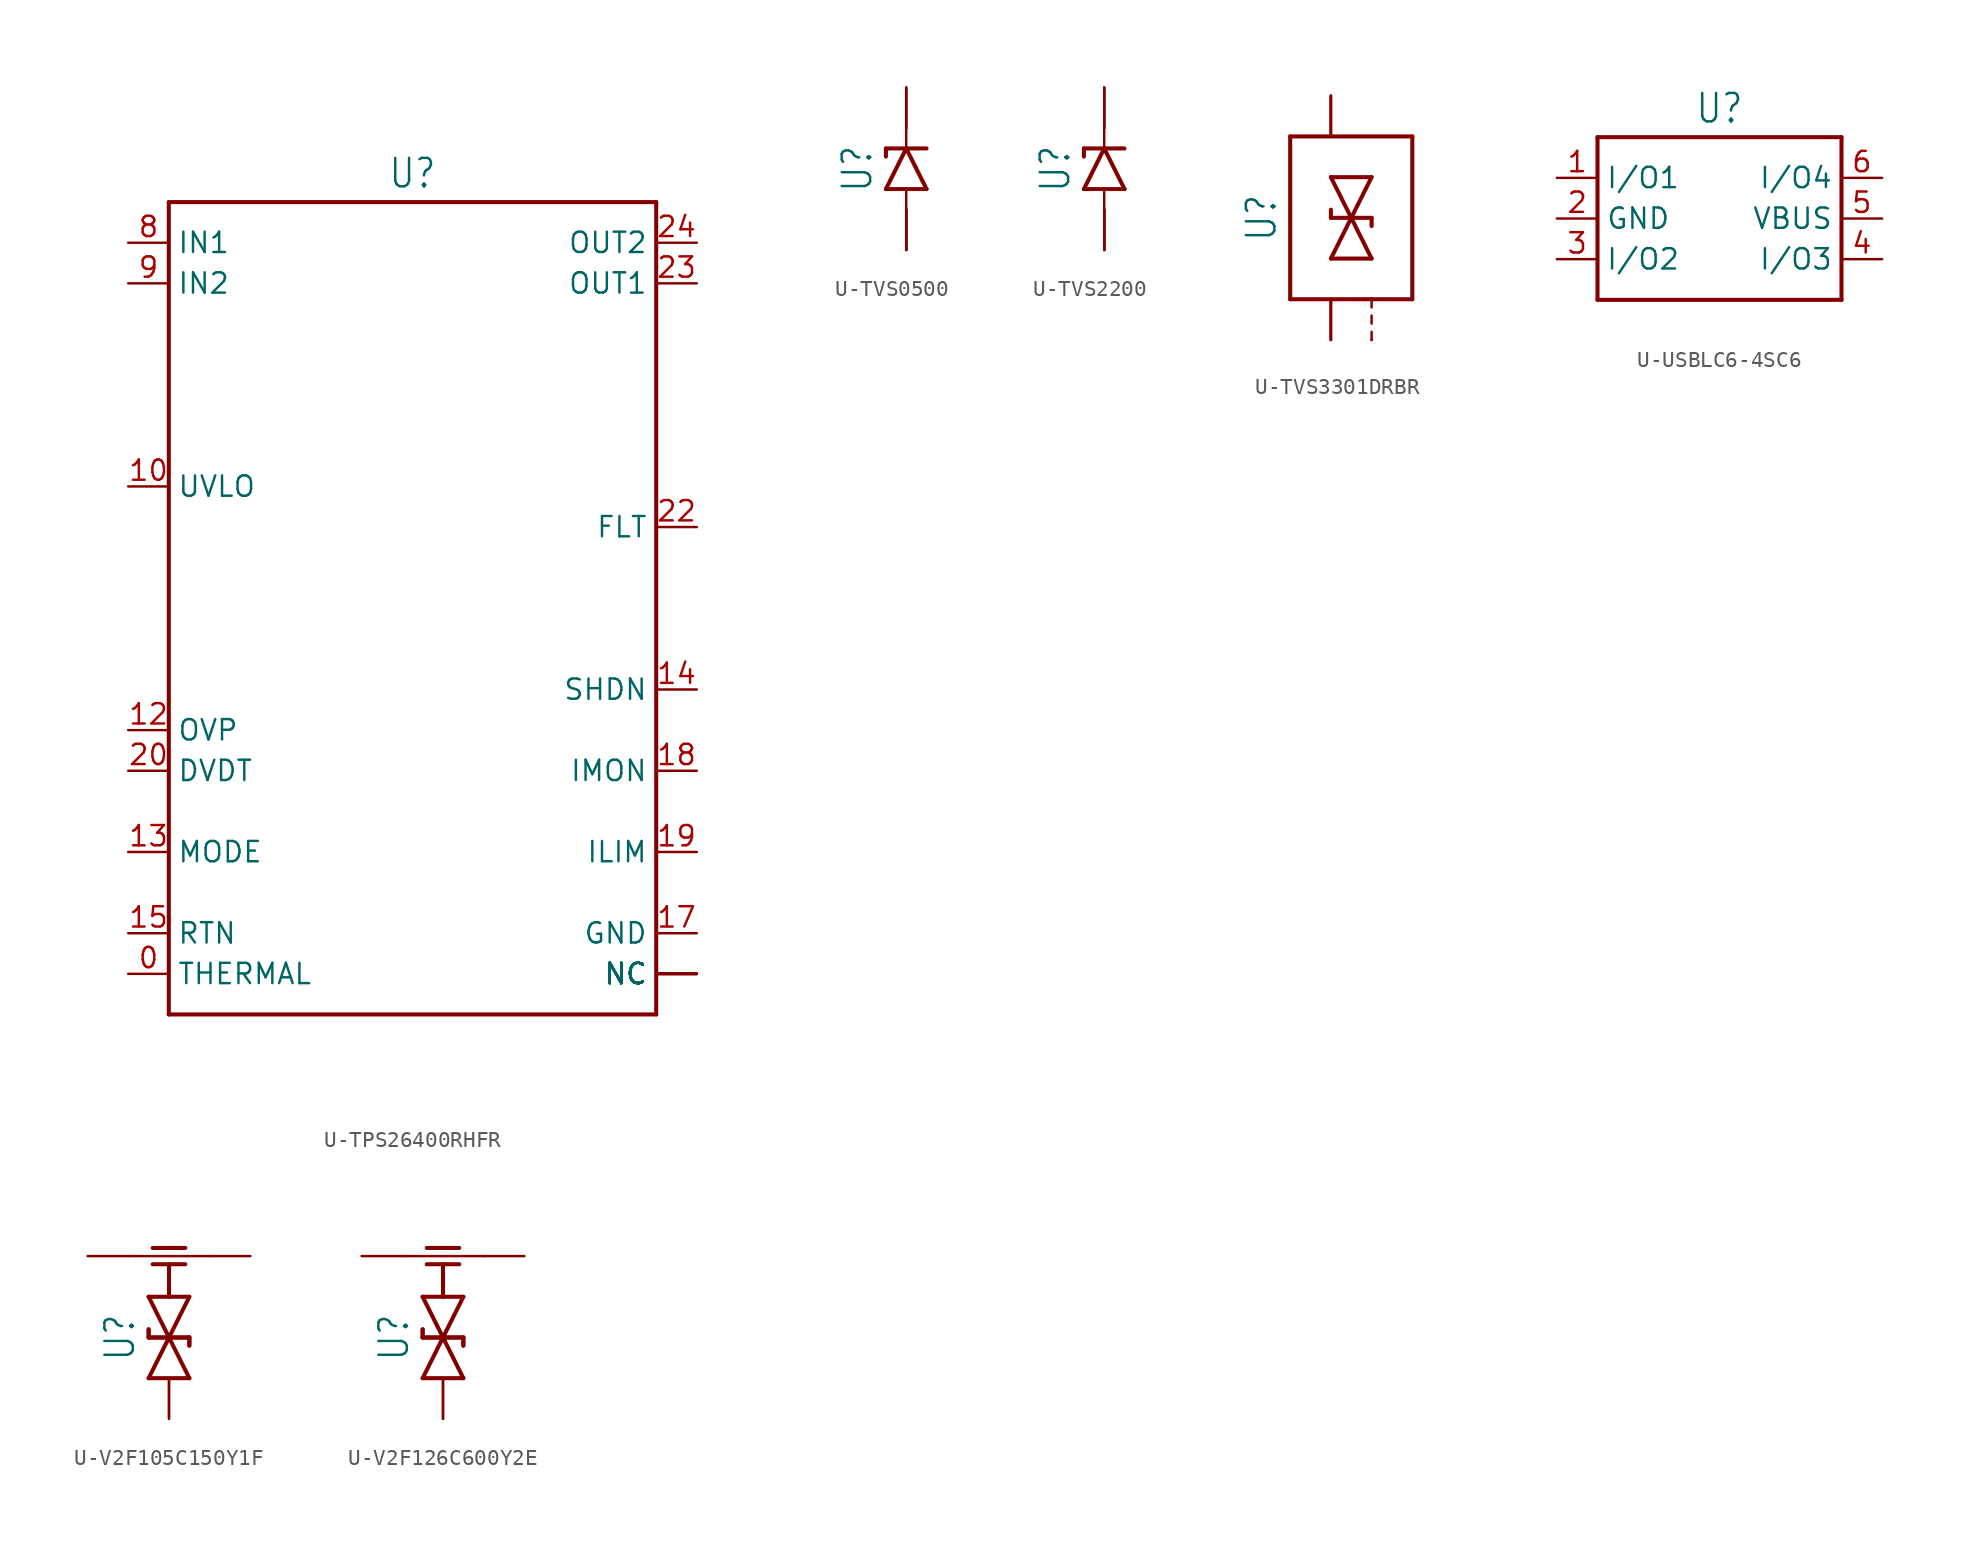
<source format=kicad_sym>
(kicad_symbol_lib
  (version 20231120)
  (generator "kicad_symbol_editor")
  (generator_version "8.0")
  (symbol "U-TPS26400RHFR"
    (property "Reference" "U"
      (at 0 26.162 0)
      (effects (font (size 1.778 1.511)) (justify bottom)))
    (property "Value" ""
      (at 0 -26.162 0)
      (effects (font (size 1.778 1.511)) (justify top)))
    (property "ki_locked" ""
      (at 0 0 0)
      (effects (font (size 1.27 1.27))))
    (symbol "U-TPS26400RHFR_1_0"
      (polyline (pts (xy -15.24 -25.4) (xy -15.24 25.4)) (stroke (width 0.254) (type solid)) (fill (type none)))
      (polyline (pts (xy -15.24 25.4) (xy 15.24 25.4)) (stroke (width 0.254) (type solid)) (fill (type none)))
      (polyline (pts (xy 15.24 -25.4) (xy -15.24 -25.4)) (stroke (width 0.254) (type solid)) (fill (type none)))
      (polyline (pts (xy 15.24 25.4) (xy 15.24 -25.4)) (stroke (width 0.254) (type solid)) (fill (type none)))
      (pin passive line (at -17.78 -22.86 0) (length 2.54) (name "THERMAL" (effects (font (size 1.27 1.27)))) (number "0" (effects (font (size 1.27 1.27)))))
      (pin passive line (at 17.78 -22.86 180) (length 2.54) (name "NC" (effects (font (size 1.27 1.27)))) (number "1" (effects (font (size 0 0)))))
      (pin passive line (at -17.78 7.62 0) (length 2.54) (name "UVLO" (effects (font (size 1.27 1.27)))) (number "10" (effects (font (size 1.27 1.27)))))
      (pin passive line (at 17.78 -22.86 180) (length 2.54) (name "NC" (effects (font (size 1.27 1.27)))) (number "11" (effects (font (size 0 0)))))
      (pin passive line (at -17.78 -7.62 0) (length 2.54) (name "OVP" (effects (font (size 1.27 1.27)))) (number "12" (effects (font (size 1.27 1.27)))))
      (pin passive line (at -17.78 -15.24 0) (length 2.54) (name "MODE" (effects (font (size 1.27 1.27)))) (number "13" (effects (font (size 1.27 1.27)))))
      (pin passive line (at 17.78 -5.08 180) (length 2.54) (name "SHDN" (effects (font (size 1.27 1.27)))) (number "14" (effects (font (size 1.27 1.27)))))
      (pin passive line (at -17.78 -20.32 0) (length 2.54) (name "RTN" (effects (font (size 1.27 1.27)))) (number "15" (effects (font (size 1.27 1.27)))))
      (pin passive line (at 17.78 -22.86 180) (length 2.54) (name "NC" (effects (font (size 1.27 1.27)))) (number "16" (effects (font (size 0 0)))))
      (pin passive line (at 17.78 -20.32 180) (length 2.54) (name "GND" (effects (font (size 1.27 1.27)))) (number "17" (effects (font (size 1.27 1.27)))))
      (pin passive line (at 17.78 -10.16 180) (length 2.54) (name "IMON" (effects (font (size 1.27 1.27)))) (number "18" (effects (font (size 1.27 1.27)))))
      (pin passive line (at 17.78 -15.24 180) (length 2.54) (name "ILIM" (effects (font (size 1.27 1.27)))) (number "19" (effects (font (size 1.27 1.27)))))
      (pin passive line (at 17.78 -22.86 180) (length 2.54) (name "NC" (effects (font (size 1.27 1.27)))) (number "2" (effects (font (size 0 0)))))
      (pin passive line (at -17.78 -10.16 0) (length 2.54) (name "DVDT" (effects (font (size 1.27 1.27)))) (number "20" (effects (font (size 1.27 1.27)))))
      (pin passive line (at 17.78 -22.86 180) (length 2.54) (name "NC" (effects (font (size 1.27 1.27)))) (number "21" (effects (font (size 0 0)))))
      (pin passive line (at 17.78 5.08 180) (length 2.54) (name "FLT" (effects (font (size 1.27 1.27)))) (number "22" (effects (font (size 1.27 1.27)))))
      (pin passive line (at 17.78 20.32 180) (length 2.54) (name "OUT1" (effects (font (size 1.27 1.27)))) (number "23" (effects (font (size 1.27 1.27)))))
      (pin passive line (at 17.78 22.86 180) (length 2.54) (name "OUT2" (effects (font (size 1.27 1.27)))) (number "24" (effects (font (size 1.27 1.27)))))
      (pin passive line (at 17.78 -22.86 180) (length 2.54) (name "NC" (effects (font (size 1.27 1.27)))) (number "3" (effects (font (size 0 0)))))
      (pin passive line (at 17.78 -22.86 180) (length 2.54) (name "NC" (effects (font (size 1.27 1.27)))) (number "4" (effects (font (size 0 0)))))
      (pin passive line (at 17.78 -22.86 180) (length 2.54) (name "NC" (effects (font (size 1.27 1.27)))) (number "5" (effects (font (size 0 0)))))
      (pin passive line (at 17.78 -22.86 180) (length 2.54) (name "NC" (effects (font (size 1.27 1.27)))) (number "6" (effects (font (size 0 0)))))
      (pin passive line (at 17.78 -22.86 180) (length 2.54) (name "NC" (effects (font (size 1.27 1.27)))) (number "7" (effects (font (size 0 0)))))
      (pin passive line (at -17.78 22.86 0) (length 2.54) (name "IN1" (effects (font (size 1.27 1.27)))) (number "8" (effects (font (size 1.27 1.27)))))
      (pin passive line (at -17.78 20.32 0) (length 2.54) (name "IN2" (effects (font (size 1.27 1.27)))) (number "9" (effects (font (size 1.27 1.27)))))))
  (symbol "U-TVS0500"
    (property "Reference" "U"
      (at -2.032 0 90)
      (effects (font (size 1.778 1.511)) (justify bottom)))
    (property "Value" ""
      (at 2.032 0 90)
      (effects (font (size 1.778 1.511)) (justify top)))
    (property "ki_locked" ""
      (at 0 0 0)
      (effects (font (size 1.27 1.27))))
    (symbol "U-TVS0500_1_0"
      (polyline (pts (xy -1.27 -1.27) (xy 0 -1.27)) (stroke (width 0.254) (type solid)) (fill (type none)))
      (polyline (pts (xy -1.27 1.27) (xy -1.27 0.762)) (stroke (width 0.254) (type solid)) (fill (type none)))
      (polyline (pts (xy -1.27 1.27) (xy 0 1.27)) (stroke (width 0.254) (type solid)) (fill (type none)))
      (polyline (pts (xy 0 -2.54) (xy 0 -1.27)) (stroke (width 0.152) (type solid)) (fill (type none)))
      (polyline (pts (xy 0 -1.27) (xy 1.27 -1.27)) (stroke (width 0.254) (type solid)) (fill (type none)))
      (polyline (pts (xy 0 1.27) (xy -1.27 -1.27)) (stroke (width 0.254) (type solid)) (fill (type none)))
      (polyline (pts (xy 0 1.27) (xy 1.27 1.27)) (stroke (width 0.254) (type solid)) (fill (type none)))
      (polyline (pts (xy 0 2.54) (xy 0 1.27)) (stroke (width 0.152) (type solid)) (fill (type none)))
      (polyline (pts (xy 1.27 -1.27) (xy 0 1.27)) (stroke (width 0.254) (type solid)) (fill (type none)))
      (pin passive line (at 0 -5.08 90) (length 2.54) (name "GND" (effects (font (size 0 0)))) (number "0" (effects (font (size 0 0)))))
      (pin passive line (at 0 -5.08 90) (length 2.54) (name "GND" (effects (font (size 0 0)))) (number "1" (effects (font (size 0 0)))))
      (pin passive line (at 0 -5.08 90) (length 2.54) (name "GND" (effects (font (size 0 0)))) (number "2" (effects (font (size 0 0)))))
      (pin passive line (at 0 -5.08 90) (length 2.54) (name "GND" (effects (font (size 0 0)))) (number "3" (effects (font (size 0 0)))))
      (pin passive line (at 0 5.08 270) (length 2.54) (name "IN" (effects (font (size 0 0)))) (number "4" (effects (font (size 0 0)))))
      (pin passive line (at 0 5.08 270) (length 2.54) (name "IN" (effects (font (size 0 0)))) (number "5" (effects (font (size 0 0)))))
      (pin passive line (at 0 5.08 270) (length 2.54) (name "IN" (effects (font (size 0 0)))) (number "6" (effects (font (size 0 0)))))))
  (symbol "U-TVS2200"
    (property "Reference" "U"
      (at -2.032 0 90)
      (effects (font (size 1.778 1.511)) (justify bottom)))
    (property "Value" ""
      (at 2.032 0 90)
      (effects (font (size 1.778 1.511)) (justify top)))
    (property "ki_locked" ""
      (at 0 0 0)
      (effects (font (size 1.27 1.27))))
    (symbol "U-TVS2200_1_0"
      (polyline (pts (xy -1.27 -1.27) (xy 0 -1.27)) (stroke (width 0.254) (type solid)) (fill (type none)))
      (polyline (pts (xy -1.27 1.27) (xy -1.27 0.762)) (stroke (width 0.254) (type solid)) (fill (type none)))
      (polyline (pts (xy -1.27 1.27) (xy 0 1.27)) (stroke (width 0.254) (type solid)) (fill (type none)))
      (polyline (pts (xy 0 -2.54) (xy 0 -1.27)) (stroke (width 0.152) (type solid)) (fill (type none)))
      (polyline (pts (xy 0 -1.27) (xy 1.27 -1.27)) (stroke (width 0.254) (type solid)) (fill (type none)))
      (polyline (pts (xy 0 1.27) (xy -1.27 -1.27)) (stroke (width 0.254) (type solid)) (fill (type none)))
      (polyline (pts (xy 0 1.27) (xy 1.27 1.27)) (stroke (width 0.254) (type solid)) (fill (type none)))
      (polyline (pts (xy 0 2.54) (xy 0 1.27)) (stroke (width 0.152) (type solid)) (fill (type none)))
      (polyline (pts (xy 1.27 -1.27) (xy 0 1.27)) (stroke (width 0.254) (type solid)) (fill (type none)))
      (pin passive line (at 0 -5.08 90) (length 2.54) (name "GND" (effects (font (size 0 0)))) (number "0" (effects (font (size 0 0)))))
      (pin passive line (at 0 -5.08 90) (length 2.54) (name "GND" (effects (font (size 0 0)))) (number "1" (effects (font (size 0 0)))))
      (pin passive line (at 0 -5.08 90) (length 2.54) (name "GND" (effects (font (size 0 0)))) (number "2" (effects (font (size 0 0)))))
      (pin passive line (at 0 -5.08 90) (length 2.54) (name "GND" (effects (font (size 0 0)))) (number "3" (effects (font (size 0 0)))))
      (pin passive line (at 0 5.08 270) (length 2.54) (name "IN" (effects (font (size 0 0)))) (number "4" (effects (font (size 0 0)))))
      (pin passive line (at 0 5.08 270) (length 2.54) (name "IN" (effects (font (size 0 0)))) (number "5" (effects (font (size 0 0)))))
      (pin passive line (at 0 5.08 270) (length 2.54) (name "IN" (effects (font (size 0 0)))) (number "6" (effects (font (size 0 0)))))))
  (symbol "U-TVS3301DRBR"
    (property "Reference" "U"
      (at -3.302 0 90)
      (effects (font (size 1.778 1.511)) (justify bottom)))
    (property "Value" ""
      (at 5.842 0 90)
      (effects (font (size 1.778 1.511)) (justify top)))
    (property "ki_locked" ""
      (at 0 0 0)
      (effects (font (size 1.27 1.27))))
    (symbol "U-TVS3301DRBR_1_0"
      (polyline (pts (xy -2.54 -5.08) (xy -2.54 5.08)) (stroke (width 0.254) (type solid)) (fill (type none)))
      (polyline (pts (xy -2.54 5.08) (xy 5.08 5.08)) (stroke (width 0.254) (type solid)) (fill (type none)))
      (polyline (pts (xy 0 -2.54) (xy 2.54 -2.54)) (stroke (width 0.254) (type solid)) (fill (type none)))
      (polyline (pts (xy 0 0) (xy 0 0.508)) (stroke (width 0.254) (type solid)) (fill (type none)))
      (polyline (pts (xy 0 2.54) (xy 1.27 0)) (stroke (width 0.254) (type solid)) (fill (type none)))
      (polyline (pts (xy 1.27 0) (xy 0 -2.54)) (stroke (width 0.254) (type solid)) (fill (type none)))
      (polyline (pts (xy 1.27 0) (xy 0 0)) (stroke (width 0.254) (type solid)) (fill (type none)))
      (polyline (pts (xy 1.27 0) (xy 2.54 2.54)) (stroke (width 0.254) (type solid)) (fill (type none)))
      (polyline (pts (xy 2.54 -7.62) (xy 2.54 -7.112)) (stroke (width 0.152) (type solid)) (fill (type none)))
      (polyline (pts (xy 2.54 -6.604) (xy 2.54 -6.096)) (stroke (width 0.152) (type solid)) (fill (type none)))
      (polyline (pts (xy 2.54 -5.588) (xy 2.54 -5.08)) (stroke (width 0.152) (type solid)) (fill (type none)))
      (polyline (pts (xy 2.54 -5.08) (xy -2.54 -5.08)) (stroke (width 0.254) (type solid)) (fill (type none)))
      (polyline (pts (xy 2.54 -2.54) (xy 1.27 0)) (stroke (width 0.254) (type solid)) (fill (type none)))
      (polyline (pts (xy 2.54 0) (xy 1.27 0)) (stroke (width 0.254) (type solid)) (fill (type none)))
      (polyline (pts (xy 2.54 0) (xy 2.54 -0.508)) (stroke (width 0.254) (type solid)) (fill (type none)))
      (polyline (pts (xy 2.54 2.54) (xy 0 2.54)) (stroke (width 0.254) (type solid)) (fill (type none)))
      (polyline (pts (xy 5.08 -5.08) (xy 2.54 -5.08)) (stroke (width 0.254) (type solid)) (fill (type none)))
      (polyline (pts (xy 5.08 5.08) (xy 5.08 -5.08)) (stroke (width 0.254) (type solid)) (fill (type none)))
      (pin passive line (at 2.54 -7.62 90) (length 0) (name "TH" (effects (font (size 0 0)))) (number "0" (effects (font (size 0 0)))))
      (pin passive line (at 0 7.62 270) (length 2.54) (name "IN" (effects (font (size 0 0)))) (number "1" (effects (font (size 0 0)))))
      (pin passive line (at 0 7.62 270) (length 2.54) (name "IN" (effects (font (size 0 0)))) (number "2" (effects (font (size 0 0)))))
      (pin passive line (at 0 7.62 270) (length 2.54) (name "IN" (effects (font (size 0 0)))) (number "3" (effects (font (size 0 0)))))
      (pin passive line (at 0 7.62 270) (length 2.54) (name "IN" (effects (font (size 0 0)))) (number "4" (effects (font (size 0 0)))))
      (pin passive line (at 0 -7.62 90) (length 2.54) (name "GND" (effects (font (size 0 0)))) (number "5" (effects (font (size 0 0)))))
      (pin passive line (at 0 -7.62 90) (length 2.54) (name "GND" (effects (font (size 0 0)))) (number "6" (effects (font (size 0 0)))))
      (pin passive line (at 0 -7.62 90) (length 2.54) (name "GND" (effects (font (size 0 0)))) (number "7" (effects (font (size 0 0)))))
      (pin passive line (at 0 -7.62 90) (length 2.54) (name "GND" (effects (font (size 0 0)))) (number "8" (effects (font (size 0 0)))))))
  (symbol "U-USBLC6-4SC6"
    (property "Reference" "U"
      (at 0 5.842 0)
      (effects (font (size 1.778 1.511)) (justify bottom)))
    (property "Value" ""
      (at 0 -5.842 0)
      (effects (font (size 1.778 1.511)) (justify top)))
    (property "ki_locked" ""
      (at 0 0 0)
      (effects (font (size 1.27 1.27))))
    (symbol "U-USBLC6-4SC6_1_0"
      (polyline (pts (xy -7.62 -5.08) (xy -7.62 5.08)) (stroke (width 0.254) (type solid)) (fill (type none)))
      (polyline (pts (xy -7.62 5.08) (xy 7.62 5.08)) (stroke (width 0.254) (type solid)) (fill (type none)))
      (polyline (pts (xy 7.62 -5.08) (xy -7.62 -5.08)) (stroke (width 0.254) (type solid)) (fill (type none)))
      (polyline (pts (xy 7.62 5.08) (xy 7.62 -5.08)) (stroke (width 0.254) (type solid)) (fill (type none)))
      (pin passive line (at -10.16 2.54 0) (length 2.54) (name "I/O1" (effects (font (size 1.27 1.27)))) (number "1" (effects (font (size 1.27 1.27)))))
      (pin passive line (at -10.16 0 0) (length 2.54) (name "GND" (effects (font (size 1.27 1.27)))) (number "2" (effects (font (size 1.27 1.27)))))
      (pin passive line (at -10.16 -2.54 0) (length 2.54) (name "I/O2" (effects (font (size 1.27 1.27)))) (number "3" (effects (font (size 1.27 1.27)))))
      (pin passive line (at 10.16 -2.54 180) (length 2.54) (name "I/O3" (effects (font (size 1.27 1.27)))) (number "4" (effects (font (size 1.27 1.27)))))
      (pin passive line (at 10.16 0 180) (length 2.54) (name "VBUS" (effects (font (size 1.27 1.27)))) (number "5" (effects (font (size 1.27 1.27)))))
      (pin passive line (at 10.16 2.54 180) (length 2.54) (name "I/O4" (effects (font (size 1.27 1.27)))) (number "6" (effects (font (size 1.27 1.27)))))))
  (symbol "U-V2F105C150Y1F"
    (property "Reference" "U"
      (at -2.032 0 90)
      (effects (font (size 1.778 1.511)) (justify bottom)))
    (property "Value" ""
      (at 2.032 0 90)
      (effects (font (size 1.778 1.511)) (justify top)))
    (property "ki_locked" ""
      (at 0 0 0)
      (effects (font (size 1.27 1.27))))
    (symbol "U-V2F105C150Y1F_1_0"
      (polyline (pts (xy -2.54 5.08) (xy 2.54 5.08)) (stroke (width 0.152) (type solid)) (fill (type none)))
      (polyline (pts (xy -1.27 -2.54) (xy 1.27 -2.54)) (stroke (width 0.254) (type solid)) (fill (type none)))
      (polyline (pts (xy -1.27 0) (xy -1.27 0.508)) (stroke (width 0.254) (type solid)) (fill (type none)))
      (polyline (pts (xy -1.27 0) (xy -1.27 0.508)) (stroke (width 0.254) (type solid)) (fill (type none)))
      (polyline (pts (xy -1.27 0) (xy 0 0)) (stroke (width 0.254) (type solid)) (fill (type none)))
      (polyline (pts (xy -1.27 2.54) (xy 0 0)) (stroke (width 0.254) (type solid)) (fill (type none)))
      (polyline (pts (xy -1.016 4.572) (xy 1.016 4.572)) (stroke (width 0.254) (type solid)) (fill (type none)))
      (polyline (pts (xy -1.016 5.588) (xy 0 5.588)) (stroke (width 0.254) (type solid)) (fill (type none)))
      (polyline (pts (xy 0 0) (xy -1.27 -2.54)) (stroke (width 0.254) (type solid)) (fill (type none)))
      (polyline (pts (xy 0 0) (xy -1.27 0)) (stroke (width 0.254) (type solid)) (fill (type none)))
      (polyline (pts (xy 0 0) (xy 1.27 0)) (stroke (width 0.254) (type solid)) (fill (type none)))
      (polyline (pts (xy 0 0) (xy 1.27 2.54)) (stroke (width 0.254) (type solid)) (fill (type none)))
      (polyline (pts (xy 0 2.54) (xy -1.27 2.54)) (stroke (width 0.254) (type solid)) (fill (type none)))
      (polyline (pts (xy 0 2.54) (xy 0 4.572)) (stroke (width 0.254) (type solid)) (fill (type none)))
      (polyline (pts (xy 0 5.588) (xy 1.016 5.588)) (stroke (width 0.254) (type solid)) (fill (type none)))
      (polyline (pts (xy 1.27 -2.54) (xy 0 0)) (stroke (width 0.254) (type solid)) (fill (type none)))
      (polyline (pts (xy 1.27 0) (xy 0 0)) (stroke (width 0.254) (type solid)) (fill (type none)))
      (polyline (pts (xy 1.27 0) (xy 1.27 -0.508)) (stroke (width 0.254) (type solid)) (fill (type none)))
      (polyline (pts (xy 1.27 0) (xy 1.27 -0.508)) (stroke (width 0.254) (type solid)) (fill (type none)))
      (polyline (pts (xy 1.27 2.54) (xy 0 2.54)) (stroke (width 0.254) (type solid)) (fill (type none)))
      (pin passive line (at -5.08 5.08 0) (length 2.54) (name "IN" (effects (font (size 0 0)))) (number "1" (effects (font (size 0 0)))))
      (pin passive line (at 5.08 5.08 180) (length 2.54) (name "OUT" (effects (font (size 0 0)))) (number "2" (effects (font (size 0 0)))))
      (pin passive line (at 0 -5.08 90) (length 2.54) (name "GND" (effects (font (size 0 0)))) (number "3" (effects (font (size 0 0)))))
      (pin passive line (at 0 -5.08 90) (length 2.54) (name "GND" (effects (font (size 0 0)))) (number "4" (effects (font (size 0 0)))))))
  (symbol "U-V2F126C600Y2E"
    (property "Reference" "U"
      (at -2.032 0 90)
      (effects (font (size 1.778 1.511)) (justify bottom)))
    (property "Value" ""
      (at 2.032 0 90)
      (effects (font (size 1.778 1.511)) (justify top)))
    (property "ki_locked" ""
      (at 0 0 0)
      (effects (font (size 1.27 1.27))))
    (symbol "U-V2F126C600Y2E_1_0"
      (polyline (pts (xy -2.54 5.08) (xy 2.54 5.08)) (stroke (width 0.152) (type solid)) (fill (type none)))
      (polyline (pts (xy -1.27 -2.54) (xy 1.27 -2.54)) (stroke (width 0.254) (type solid)) (fill (type none)))
      (polyline (pts (xy -1.27 0) (xy -1.27 0.508)) (stroke (width 0.254) (type solid)) (fill (type none)))
      (polyline (pts (xy -1.27 0) (xy -1.27 0.508)) (stroke (width 0.254) (type solid)) (fill (type none)))
      (polyline (pts (xy -1.27 0) (xy 0 0)) (stroke (width 0.254) (type solid)) (fill (type none)))
      (polyline (pts (xy -1.27 2.54) (xy 0 0)) (stroke (width 0.254) (type solid)) (fill (type none)))
      (polyline (pts (xy -1.016 4.572) (xy 1.016 4.572)) (stroke (width 0.254) (type solid)) (fill (type none)))
      (polyline (pts (xy -1.016 5.588) (xy 0 5.588)) (stroke (width 0.254) (type solid)) (fill (type none)))
      (polyline (pts (xy 0 0) (xy -1.27 -2.54)) (stroke (width 0.254) (type solid)) (fill (type none)))
      (polyline (pts (xy 0 0) (xy -1.27 0)) (stroke (width 0.254) (type solid)) (fill (type none)))
      (polyline (pts (xy 0 0) (xy 1.27 0)) (stroke (width 0.254) (type solid)) (fill (type none)))
      (polyline (pts (xy 0 0) (xy 1.27 2.54)) (stroke (width 0.254) (type solid)) (fill (type none)))
      (polyline (pts (xy 0 2.54) (xy -1.27 2.54)) (stroke (width 0.254) (type solid)) (fill (type none)))
      (polyline (pts (xy 0 2.54) (xy 0 4.572)) (stroke (width 0.254) (type solid)) (fill (type none)))
      (polyline (pts (xy 0 5.588) (xy 1.016 5.588)) (stroke (width 0.254) (type solid)) (fill (type none)))
      (polyline (pts (xy 1.27 -2.54) (xy 0 0)) (stroke (width 0.254) (type solid)) (fill (type none)))
      (polyline (pts (xy 1.27 0) (xy 0 0)) (stroke (width 0.254) (type solid)) (fill (type none)))
      (polyline (pts (xy 1.27 0) (xy 1.27 -0.508)) (stroke (width 0.254) (type solid)) (fill (type none)))
      (polyline (pts (xy 1.27 0) (xy 1.27 -0.508)) (stroke (width 0.254) (type solid)) (fill (type none)))
      (polyline (pts (xy 1.27 2.54) (xy 0 2.54)) (stroke (width 0.254) (type solid)) (fill (type none)))
      (pin passive line (at -5.08 5.08 0) (length 2.54) (name "IN" (effects (font (size 0 0)))) (number "1" (effects (font (size 0 0)))))
      (pin passive line (at 5.08 5.08 180) (length 2.54) (name "OUT" (effects (font (size 0 0)))) (number "2" (effects (font (size 0 0)))))
      (pin passive line (at 0 -5.08 90) (length 2.54) (name "GND" (effects (font (size 0 0)))) (number "3" (effects (font (size 0 0)))))
      (pin passive line (at 0 -5.08 90) (length 2.54) (name "GND" (effects (font (size 0 0)))) (number "4" (effects (font (size 0 0))))))))
</source>
